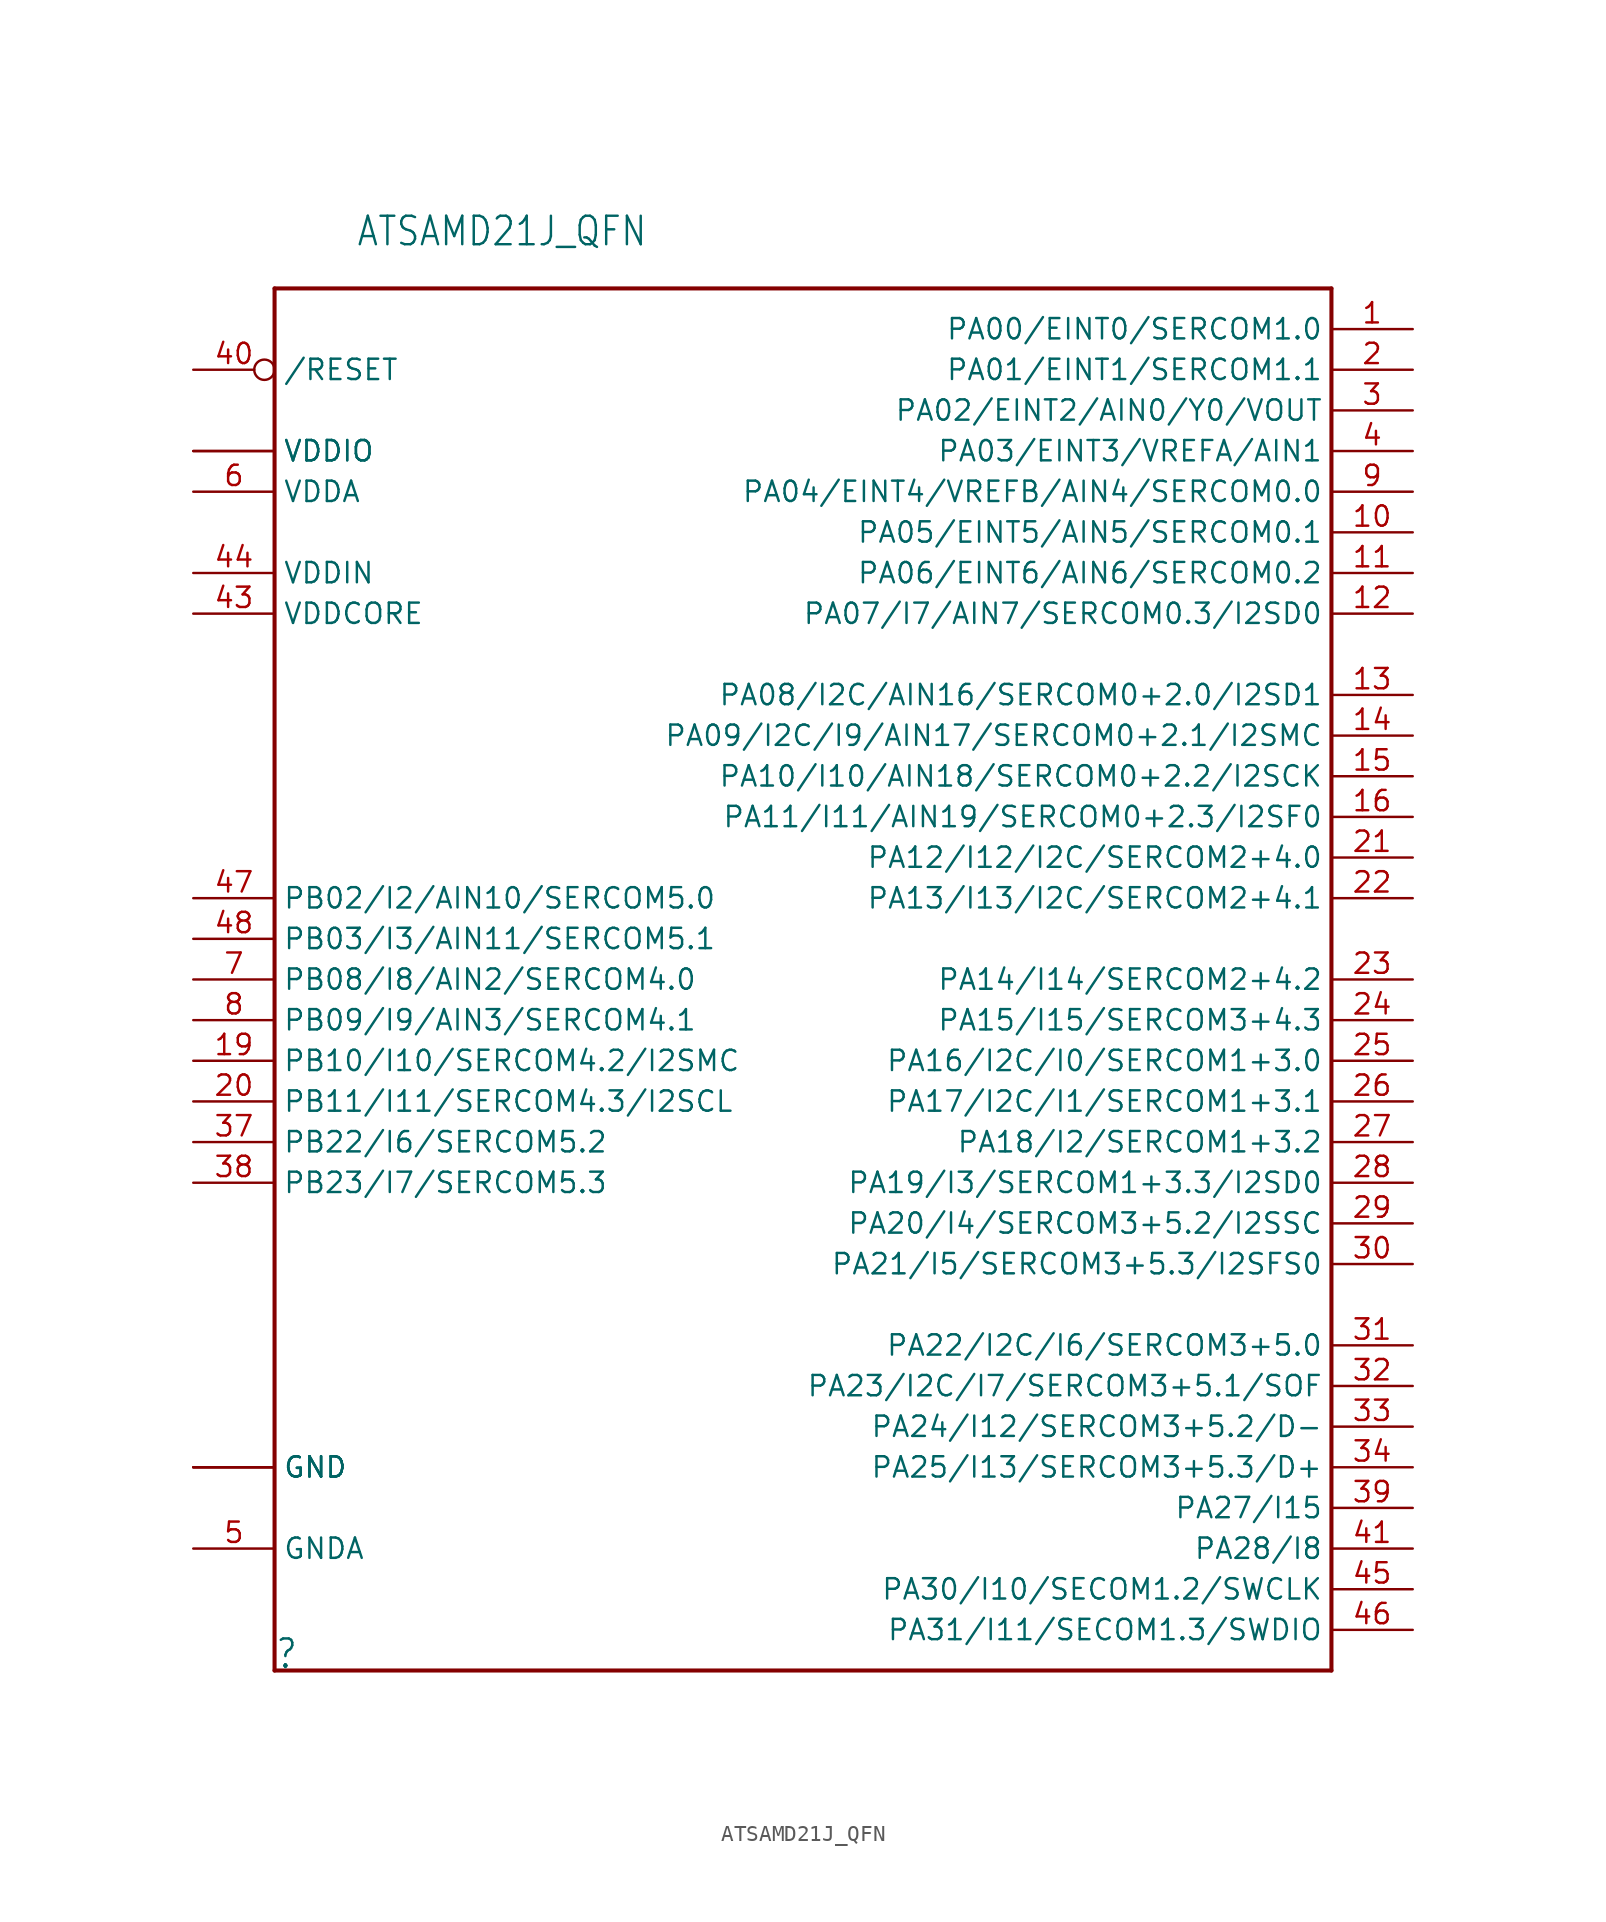
<source format=kicad_sym>
(kicad_symbol_lib
  (version 20211014)
  (generator kicad_symbol_editor)
  (symbol "ATSAMD21J_QFN"
    (property "Reference" ""
      (at -20.32 -48.26 0)
      (effects (font (size 1.778 1.511)) (justify left bottom)))
    (property "Value" "ATSAMD21J_QFN"
      (at -15.24 40.64 0)
      (effects (font (size 1.778 1.511)) (justify left bottom)))
    (property "ki_locked" ""
      (at 0 0 0)
      (effects (font (size 1.27 1.27))))
    (symbol "ATSAMD21J_QFN_1_0"
      (polyline (pts (xy -20.32 -48.26) (xy -20.32 38.1)) (stroke (width 0.254) (type default) (color 0 0 0 0)) (fill (type none)))
      (polyline (pts (xy -20.32 38.1) (xy 45.72 38.1)) (stroke (width 0.254) (type default) (color 0 0 0 0)) (fill (type none)))
      (polyline (pts (xy 45.72 -48.26) (xy -20.32 -48.26)) (stroke (width 0.254) (type default) (color 0 0 0 0)) (fill (type none)))
      (polyline (pts (xy 45.72 38.1) (xy 45.72 -48.26)) (stroke (width 0.254) (type default) (color 0 0 0 0)) (fill (type none)))
      (pin bidirectional line (at 50.8 35.56 180) (length 5.08) (name "PA00/EINT0/SERCOM1.0" (effects (font (size 1.27 1.27)))) (number "1" (effects (font (size 1.27 1.27)))))
      (pin bidirectional line (at 50.8 22.86 180) (length 5.08) (name "PA05/EINT5/AIN5/SERCOM0.1" (effects (font (size 1.27 1.27)))) (number "10" (effects (font (size 1.27 1.27)))))
      (pin bidirectional line (at 50.8 20.32 180) (length 5.08) (name "PA06/EINT6/AIN6/SERCOM0.2" (effects (font (size 1.27 1.27)))) (number "11" (effects (font (size 1.27 1.27)))))
      (pin bidirectional line (at 50.8 17.78 180) (length 5.08) (name "PA07/I7/AIN7/SERCOM0.3/I2SD0" (effects (font (size 1.27 1.27)))) (number "12" (effects (font (size 1.27 1.27)))))
      (pin bidirectional line (at 50.8 12.7 180) (length 5.08) (name "PA08/I2C/AIN16/SERCOM0+2.0/I2SD1" (effects (font (size 1.27 1.27)))) (number "13" (effects (font (size 1.27 1.27)))))
      (pin bidirectional line (at 50.8 10.16 180) (length 5.08) (name "PA09/I2C/I9/AIN17/SERCOM0+2.1/I2SMC" (effects (font (size 1.27 1.27)))) (number "14" (effects (font (size 1.27 1.27)))))
      (pin bidirectional line (at 50.8 7.62 180) (length 5.08) (name "PA10/I10/AIN18/SERCOM0+2.2/I2SCK" (effects (font (size 1.27 1.27)))) (number "15" (effects (font (size 1.27 1.27)))))
      (pin bidirectional line (at 50.8 5.08 180) (length 5.08) (name "PA11/I11/AIN19/SERCOM0+2.3/I2SF0" (effects (font (size 1.27 1.27)))) (number "16" (effects (font (size 1.27 1.27)))))
      (pin power_in line (at -25.4 27.94 0) (length 5.08) (name "VDDIO" (effects (font (size 1.27 1.27)))) (number "17" (effects (font (size 0 0)))))
      (pin power_in line (at -25.4 -35.56 0) (length 5.08) (name "GND" (effects (font (size 1.27 1.27)))) (number "18" (effects (font (size 0 0)))))
      (pin bidirectional line (at -25.4 -10.16 0) (length 5.08) (name "PB10/I10/SERCOM4.2/I2SMC" (effects (font (size 1.27 1.27)))) (number "19" (effects (font (size 1.27 1.27)))))
      (pin bidirectional line (at 50.8 33.02 180) (length 5.08) (name "PA01/EINT1/SERCOM1.1" (effects (font (size 1.27 1.27)))) (number "2" (effects (font (size 1.27 1.27)))))
      (pin bidirectional line (at -25.4 -12.7 0) (length 5.08) (name "PB11/I11/SERCOM4.3/I2SCL" (effects (font (size 1.27 1.27)))) (number "20" (effects (font (size 1.27 1.27)))))
      (pin bidirectional line (at 50.8 2.54 180) (length 5.08) (name "PA12/I12/I2C/SERCOM2+4.0" (effects (font (size 1.27 1.27)))) (number "21" (effects (font (size 1.27 1.27)))))
      (pin bidirectional line (at 50.8 0 180) (length 5.08) (name "PA13/I13/I2C/SERCOM2+4.1" (effects (font (size 1.27 1.27)))) (number "22" (effects (font (size 1.27 1.27)))))
      (pin bidirectional line (at 50.8 -5.08 180) (length 5.08) (name "PA14/I14/SERCOM2+4.2" (effects (font (size 1.27 1.27)))) (number "23" (effects (font (size 1.27 1.27)))))
      (pin bidirectional line (at 50.8 -7.62 180) (length 5.08) (name "PA15/I15/SERCOM3+4.3" (effects (font (size 1.27 1.27)))) (number "24" (effects (font (size 1.27 1.27)))))
      (pin bidirectional line (at 50.8 -10.16 180) (length 5.08) (name "PA16/I2C/I0/SERCOM1+3.0" (effects (font (size 1.27 1.27)))) (number "25" (effects (font (size 1.27 1.27)))))
      (pin bidirectional line (at 50.8 -12.7 180) (length 5.08) (name "PA17/I2C/I1/SERCOM1+3.1" (effects (font (size 1.27 1.27)))) (number "26" (effects (font (size 1.27 1.27)))))
      (pin bidirectional line (at 50.8 -15.24 180) (length 5.08) (name "PA18/I2/SERCOM1+3.2" (effects (font (size 1.27 1.27)))) (number "27" (effects (font (size 1.27 1.27)))))
      (pin bidirectional line (at 50.8 -17.78 180) (length 5.08) (name "PA19/I3/SERCOM1+3.3/I2SD0" (effects (font (size 1.27 1.27)))) (number "28" (effects (font (size 1.27 1.27)))))
      (pin bidirectional line (at 50.8 -20.32 180) (length 5.08) (name "PA20/I4/SERCOM3+5.2/I2SSC" (effects (font (size 1.27 1.27)))) (number "29" (effects (font (size 1.27 1.27)))))
      (pin bidirectional line (at 50.8 30.48 180) (length 5.08) (name "PA02/EINT2/AIN0/Y0/VOUT" (effects (font (size 1.27 1.27)))) (number "3" (effects (font (size 1.27 1.27)))))
      (pin bidirectional line (at 50.8 -22.86 180) (length 5.08) (name "PA21/I5/SERCOM3+5.3/I2SFS0" (effects (font (size 1.27 1.27)))) (number "30" (effects (font (size 1.27 1.27)))))
      (pin bidirectional line (at 50.8 -27.94 180) (length 5.08) (name "PA22/I2C/I6/SERCOM3+5.0" (effects (font (size 1.27 1.27)))) (number "31" (effects (font (size 1.27 1.27)))))
      (pin bidirectional line (at 50.8 -30.48 180) (length 5.08) (name "PA23/I2C/I7/SERCOM3+5.1/SOF" (effects (font (size 1.27 1.27)))) (number "32" (effects (font (size 1.27 1.27)))))
      (pin bidirectional line (at 50.8 -33.02 180) (length 5.08) (name "PA24/I12/SERCOM3+5.2/D-" (effects (font (size 1.27 1.27)))) (number "33" (effects (font (size 1.27 1.27)))))
      (pin bidirectional line (at 50.8 -35.56 180) (length 5.08) (name "PA25/I13/SERCOM3+5.3/D+" (effects (font (size 1.27 1.27)))) (number "34" (effects (font (size 1.27 1.27)))))
      (pin power_in line (at -25.4 -35.56 0) (length 5.08) (name "GND" (effects (font (size 1.27 1.27)))) (number "35" (effects (font (size 0 0)))))
      (pin power_in line (at -25.4 27.94 0) (length 5.08) (name "VDDIO" (effects (font (size 1.27 1.27)))) (number "36" (effects (font (size 0 0)))))
      (pin bidirectional line (at -25.4 -15.24 0) (length 5.08) (name "PB22/I6/SERCOM5.2" (effects (font (size 1.27 1.27)))) (number "37" (effects (font (size 1.27 1.27)))))
      (pin bidirectional line (at -25.4 -17.78 0) (length 5.08) (name "PB23/I7/SERCOM5.3" (effects (font (size 1.27 1.27)))) (number "38" (effects (font (size 1.27 1.27)))))
      (pin bidirectional line (at 50.8 -38.1 180) (length 5.08) (name "PA27/I15" (effects (font (size 1.27 1.27)))) (number "39" (effects (font (size 1.27 1.27)))))
      (pin bidirectional line (at 50.8 27.94 180) (length 5.08) (name "PA03/EINT3/VREFA/AIN1" (effects (font (size 1.27 1.27)))) (number "4" (effects (font (size 1.27 1.27)))))
      (pin bidirectional inverted (at -25.4 33.02 0) (length 5.08) (name "/RESET" (effects (font (size 1.27 1.27)))) (number "40" (effects (font (size 1.27 1.27)))))
      (pin bidirectional line (at 50.8 -40.64 180) (length 5.08) (name "PA28/I8" (effects (font (size 1.27 1.27)))) (number "41" (effects (font (size 1.27 1.27)))))
      (pin power_in line (at -25.4 -35.56 0) (length 5.08) (name "GND" (effects (font (size 1.27 1.27)))) (number "42" (effects (font (size 0 0)))))
      (pin power_in line (at -25.4 17.78 0) (length 5.08) (name "VDDCORE" (effects (font (size 1.27 1.27)))) (number "43" (effects (font (size 1.27 1.27)))))
      (pin power_in line (at -25.4 20.32 0) (length 5.08) (name "VDDIN" (effects (font (size 1.27 1.27)))) (number "44" (effects (font (size 1.27 1.27)))))
      (pin bidirectional line (at 50.8 -43.18 180) (length 5.08) (name "PA30/I10/SECOM1.2/SWCLK" (effects (font (size 1.27 1.27)))) (number "45" (effects (font (size 1.27 1.27)))))
      (pin bidirectional line (at 50.8 -45.72 180) (length 5.08) (name "PA31/I11/SECOM1.3/SWDIO" (effects (font (size 1.27 1.27)))) (number "46" (effects (font (size 1.27 1.27)))))
      (pin bidirectional line (at -25.4 0 0) (length 5.08) (name "PB02/I2/AIN10/SERCOM5.0" (effects (font (size 1.27 1.27)))) (number "47" (effects (font (size 1.27 1.27)))))
      (pin bidirectional line (at -25.4 -2.54 0) (length 5.08) (name "PB03/I3/AIN11/SERCOM5.1" (effects (font (size 1.27 1.27)))) (number "48" (effects (font (size 1.27 1.27)))))
      (pin power_in line (at -25.4 -40.64 0) (length 5.08) (name "GNDA" (effects (font (size 1.27 1.27)))) (number "5" (effects (font (size 1.27 1.27)))))
      (pin power_in line (at -25.4 25.4 0) (length 5.08) (name "VDDA" (effects (font (size 1.27 1.27)))) (number "6" (effects (font (size 1.27 1.27)))))
      (pin bidirectional line (at -25.4 -5.08 0) (length 5.08) (name "PB08/I8/AIN2/SERCOM4.0" (effects (font (size 1.27 1.27)))) (number "7" (effects (font (size 1.27 1.27)))))
      (pin bidirectional line (at -25.4 -7.62 0) (length 5.08) (name "PB09/I9/AIN3/SERCOM4.1" (effects (font (size 1.27 1.27)))) (number "8" (effects (font (size 1.27 1.27)))))
      (pin bidirectional line (at 50.8 25.4 180) (length 5.08) (name "PA04/EINT4/VREFB/AIN4/SERCOM0.0" (effects (font (size 1.27 1.27)))) (number "9" (effects (font (size 1.27 1.27))))))))
</source>
